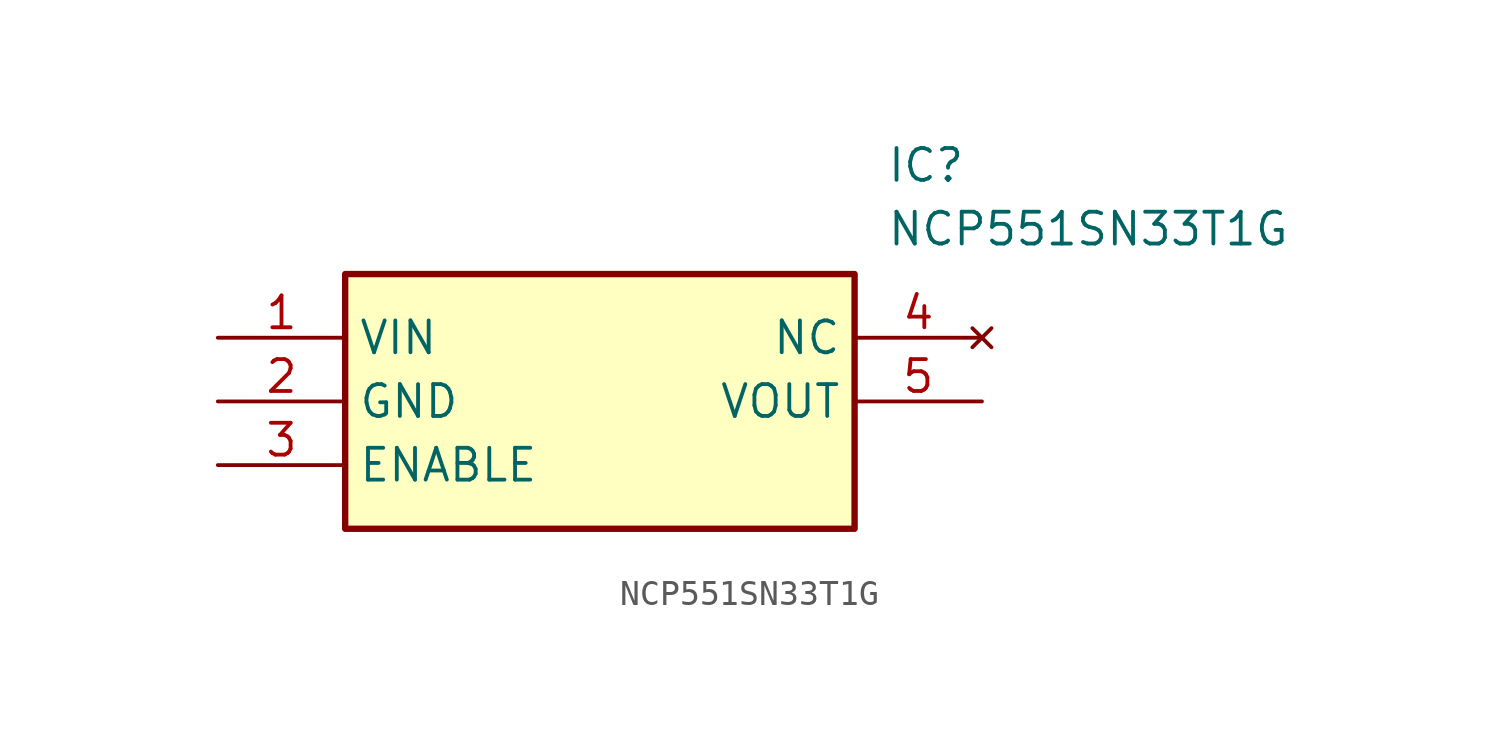
<source format=kicad_sym>
(kicad_symbol_lib
  (version 20211014)
  (generator SamacSys_ECAD_Model)
  (symbol "NCP551SN33T1G"
    (property "Reference" "IC"
      (at 26.67 7.62 0)
      (effects (font (size 1.27 1.27)) (justify left top)))
    (property "Value" "NCP551SN33T1G"
      (at 26.67 5.08 0)
      (effects (font (size 1.27 1.27)) (justify left top)))
    (rectangle
      (start 5.08 2.54)
      (end 25.4 -7.62)
      (stroke (width 0.254) (type default))
      (fill (type background)))
    (pin input line
      (at 0 0 0)
      (length 5.08)
      (name "VIN" (effects (font (size 1.27 1.27))))
      (number "1" (effects (font (size 1.27 1.27)))))
    (pin power_in line
      (at 0 -2.54 0)
      (length 5.08)
      (name "GND" (effects (font (size 1.27 1.27))))
      (number "2" (effects (font (size 1.27 1.27)))))
    (pin passive line
      (at 0 -5.08 0)
      (length 5.08)
      (name "ENABLE" (effects (font (size 1.27 1.27))))
      (number "3" (effects (font (size 1.27 1.27)))))
    (pin no_connect line
      (at 30.48 0 180)
      (length 5.08)
      (name "NC" (effects (font (size 1.27 1.27))))
      (number "4" (effects (font (size 1.27 1.27)))))
    (pin output line
      (at 30.48 -2.54 180)
      (length 5.08)
      (name "VOUT" (effects (font (size 1.27 1.27))))
      (number "5" (effects (font (size 1.27 1.27)))))))
</source>
